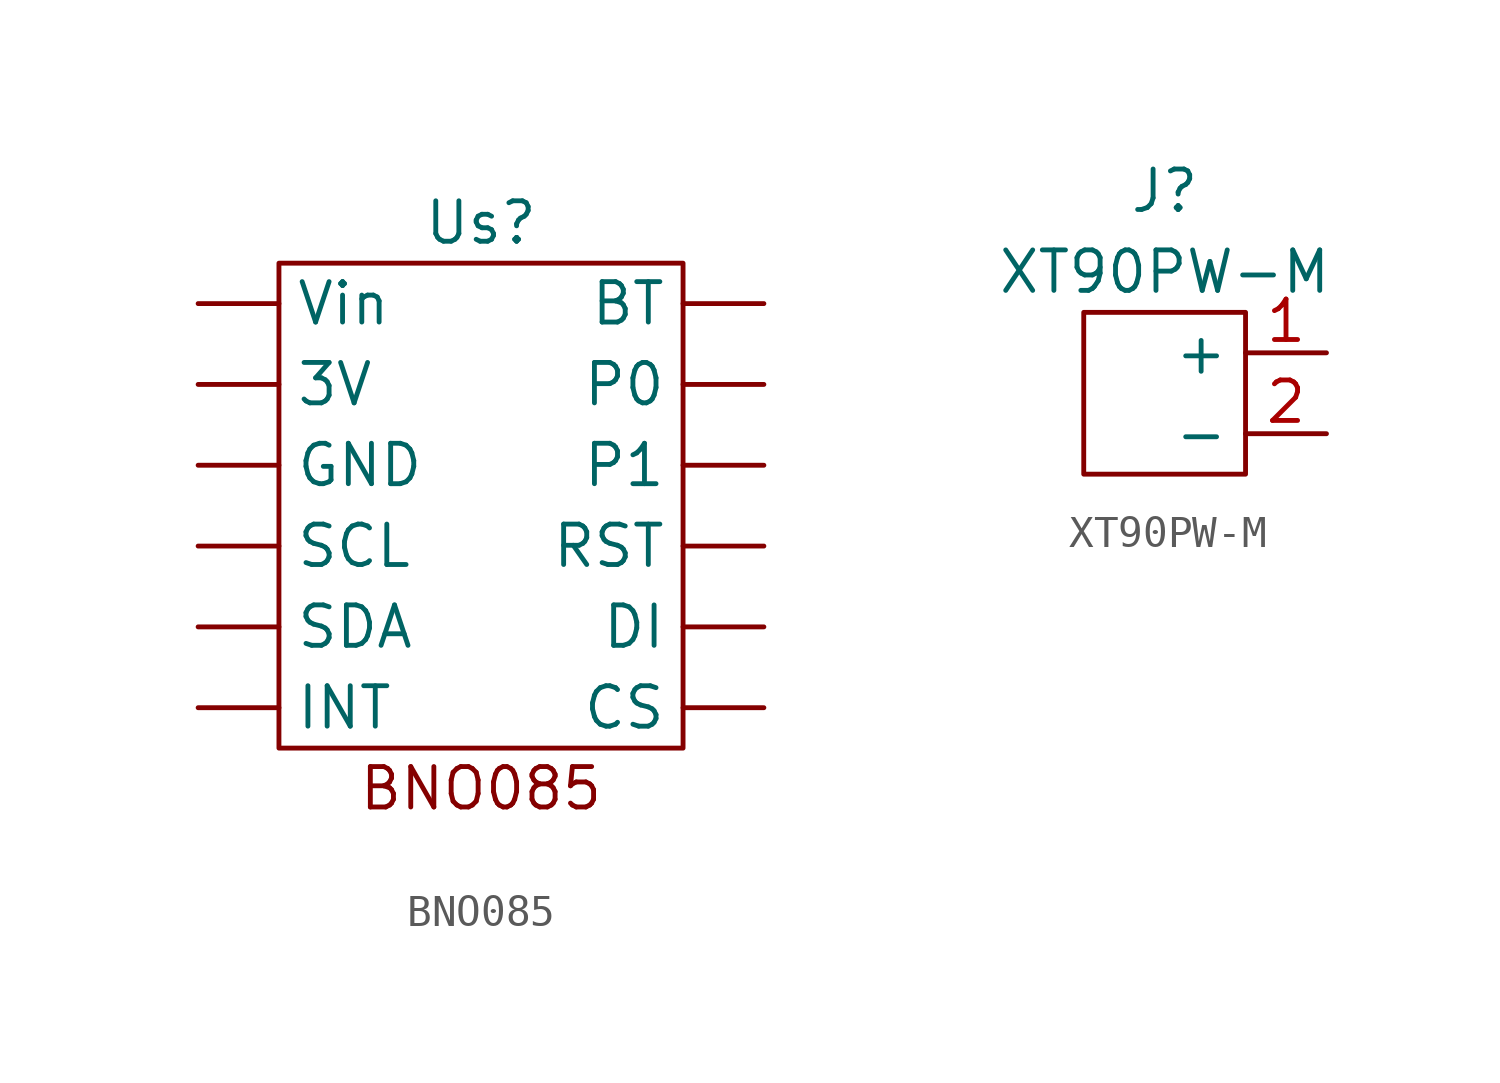
<source format=kicad_sym>
(kicad_symbol_lib
  (version 20231120)
  (generator "kicad_symbol_editor")
  (generator_version "8.0")
  (symbol "BNO085"
    (property "Reference" "Us"
      (at 0 8.89 0)
      (effects (font (size 1.27 1.27))))
    (property "Value" ""
      (at 0 0 0)
      (effects (font (size 1.27 1.27))))
    (symbol "BNO085_0_1"
      (rectangle (start -6.35 7.62) (end 6.35 -7.62) (stroke (width 0) (type default)) (fill (type none))))
    (symbol "BNO085_1_1"
      (text "BNO085" (at 0 -8.89 0) (effects (font (size 1.27 1.27))))
      (pin output line (at -8.89 3.81 0) (length 2.54) (name "3V" (effects (font (size 1.27 1.27)))) (number "" (effects (font (size 1.27 1.27)))))
      (pin output line (at 8.89 6.35 180) (length 2.54) (name "BT" (effects (font (size 1.27 1.27)))) (number "" (effects (font (size 1.27 1.27)))))
      (pin output line (at 8.89 -6.35 180) (length 2.54) (name "CS" (effects (font (size 1.27 1.27)))) (number "" (effects (font (size 1.27 1.27)))))
      (pin output line (at 8.89 -3.81 180) (length 2.54) (name "DI" (effects (font (size 1.27 1.27)))) (number "" (effects (font (size 1.27 1.27)))))
      (pin power_out line (at -8.89 1.27 0) (length 2.54) (name "GND" (effects (font (size 1.27 1.27)))) (number "" (effects (font (size 1.27 1.27)))))
      (pin output line (at -8.89 -6.35 0) (length 2.54) (name "INT" (effects (font (size 1.27 1.27)))) (number "" (effects (font (size 1.27 1.27)))))
      (pin output line (at 8.89 3.81 180) (length 2.54) (name "P0" (effects (font (size 1.27 1.27)))) (number "" (effects (font (size 1.27 1.27)))))
      (pin output line (at 8.89 1.27 180) (length 2.54) (name "P1" (effects (font (size 1.27 1.27)))) (number "" (effects (font (size 1.27 1.27)))))
      (pin output line (at 8.89 -1.27 180) (length 2.54) (name "RST" (effects (font (size 1.27 1.27)))) (number "" (effects (font (size 1.27 1.27)))))
      (pin output line (at -8.89 -1.27 0) (length 2.54) (name "SCL" (effects (font (size 1.27 1.27)))) (number "" (effects (font (size 1.27 1.27)))))
      (pin output line (at -8.89 -3.81 0) (length 2.54) (name "SDA" (effects (font (size 1.27 1.27)))) (number "" (effects (font (size 1.27 1.27)))))
      (pin power_in line (at -8.89 6.35 0) (length 2.54) (name "Vin" (effects (font (size 1.27 1.27)))) (number "" (effects (font (size 1.27 1.27)))))))
  (symbol "XT90PW-M"
    (property "Reference" "J"
      (at 0 7.62 0)
      (effects (font (size 1.27 1.27))))
    (property "Value" "XT90PW-M"
      (at 0 5.08 0)
      (effects (font (size 1.27 1.27))))
    (symbol "XT90PW-M_0_1"
      (rectangle (start -2.54 3.81) (end 2.54 -1.27) (stroke (width 0) (type default)) (fill (type none))))
    (symbol "XT90PW-M_1_1"
      (pin power_in line (at 5.08 2.54 180) (length 2.54) (name "+" (effects (font (size 1.27 1.27)))) (number "1" (effects (font (size 1.27 1.27)))))
      (pin power_in line (at 5.08 0 180) (length 2.54) (name "-" (effects (font (size 1.27 1.27)))) (number "2" (effects (font (size 1.27 1.27))))))))
</source>
